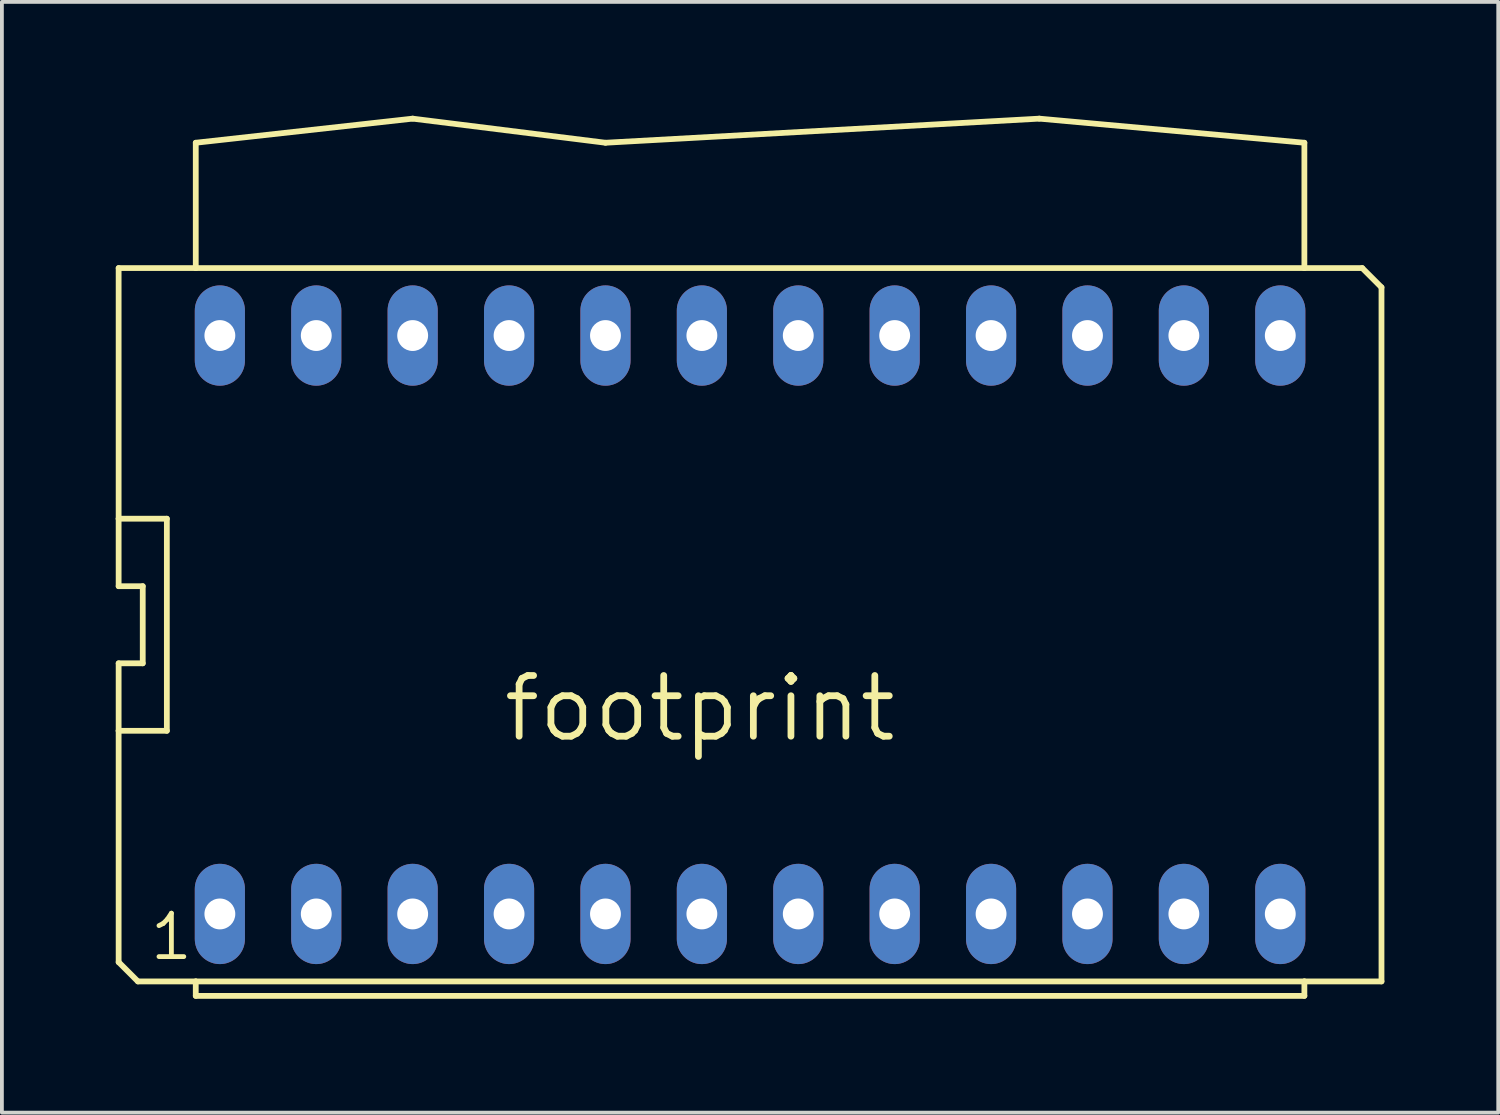
<source format=kicad_pcb>
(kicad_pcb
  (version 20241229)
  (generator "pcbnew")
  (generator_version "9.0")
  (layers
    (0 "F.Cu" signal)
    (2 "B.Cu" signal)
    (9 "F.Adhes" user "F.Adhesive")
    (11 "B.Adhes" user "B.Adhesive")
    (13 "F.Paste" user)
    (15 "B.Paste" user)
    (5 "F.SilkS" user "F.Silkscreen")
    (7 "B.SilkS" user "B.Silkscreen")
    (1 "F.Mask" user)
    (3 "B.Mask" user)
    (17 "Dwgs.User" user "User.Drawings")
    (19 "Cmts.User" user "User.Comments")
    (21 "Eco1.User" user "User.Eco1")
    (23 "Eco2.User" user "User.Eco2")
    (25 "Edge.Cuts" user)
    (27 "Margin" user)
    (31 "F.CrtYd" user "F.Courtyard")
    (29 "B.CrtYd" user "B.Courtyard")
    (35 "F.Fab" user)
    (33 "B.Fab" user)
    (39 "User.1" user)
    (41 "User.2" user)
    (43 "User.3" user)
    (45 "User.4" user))
  (footprint "footprint"
    (layer "F.Cu")
    (at 16.713 13.411)
    (property "Reference" "footprint" (at 3.937 1.27 0) (layer "F.SilkS") (effects (font (size 1.6 1.6) (thickness 0.178)) (justify right top)))
    (fp_line (start -16.637 -2.794) (end -16.637 -9.398) (stroke (width 0.152) (type solid)) (layer "F.SilkS"))
    (fp_line (start -16.637 -1.016) (end -16.637 -2.794) (stroke (width 0.152) (type solid)) (layer "F.SilkS"))
    (fp_line (start -16.637 1.016) (end -16.002 1.016) (stroke (width 0.152) (type solid)) (layer "F.SilkS"))
    (fp_line (start -16.637 2.794) (end -16.637 1.016) (stroke (width 0.152) (type solid)) (layer "F.SilkS"))
    (fp_line (start -16.637 2.794) (end -15.367 2.794) (stroke (width 0.152) (type solid)) (layer "F.SilkS"))
    (fp_line (start -16.637 8.89) (end -16.637 2.794) (stroke (width 0.152) (type solid)) (layer "F.SilkS"))
    (fp_line (start -16.129 9.398) (end -16.637 8.89) (stroke (width 0.152) (type solid)) (layer "F.SilkS"))
    (fp_line (start -16.129 9.398) (end -14.605 9.398) (stroke (width 0.152) (type solid)) (layer "F.SilkS"))
    (fp_line (start -16.002 -1.016) (end -16.637 -1.016) (stroke (width 0.152) (type solid)) (layer "F.SilkS"))
    (fp_line (start -16.002 -1.016) (end -16.002 1.016) (stroke (width 0.152) (type solid)) (layer "F.SilkS"))
    (fp_line (start -15.367 -2.794) (end -16.637 -2.794) (stroke (width 0.152) (type solid)) (layer "F.SilkS"))
    (fp_line (start -15.367 -2.794) (end -15.367 2.794) (stroke (width 0.152) (type solid)) (layer "F.SilkS"))
    (fp_line (start -14.605 -12.7) (end -14.605 -9.398) (stroke (width 0.152) (type solid)) (layer "F.SilkS"))
    (fp_line (start -14.605 -12.7) (end -8.89 -13.335) (stroke (width 0.152) (type solid)) (layer "F.SilkS"))
    (fp_line (start -14.605 -9.398) (end -16.637 -9.398) (stroke (width 0.152) (type solid)) (layer "F.SilkS"))
    (fp_line (start -14.605 9.398) (end 14.605 9.398) (stroke (width 0.152) (type solid)) (layer "F.SilkS"))
    (fp_line (start -14.605 9.779) (end -14.605 9.398) (stroke (width 0.152) (type solid)) (layer "F.SilkS"))
    (fp_line (start -14.605 9.779) (end 14.605 9.779) (stroke (width 0.152) (type solid)) (layer "F.SilkS"))
    (fp_line (start -8.89 -13.335) (end -3.81 -12.7) (stroke (width 0.152) (type solid)) (layer "F.SilkS"))
    (fp_line (start -3.81 -12.7) (end 7.62 -13.335) (stroke (width 0.152) (type solid)) (layer "F.SilkS"))
    (fp_line (start 7.62 -13.335) (end 14.605 -12.7) (stroke (width 0.152) (type solid)) (layer "F.SilkS"))
    (fp_line (start 14.605 -12.7) (end 14.605 -9.398) (stroke (width 0.152) (type solid)) (layer "F.SilkS"))
    (fp_line (start 14.605 -9.398) (end -14.605 -9.398) (stroke (width 0.152) (type solid)) (layer "F.SilkS"))
    (fp_line (start 14.605 9.398) (end 14.605 9.779) (stroke (width 0.152) (type solid)) (layer "F.SilkS"))
    (fp_line (start 14.605 9.398) (end 16.637 9.398) (stroke (width 0.152) (type solid)) (layer "F.SilkS"))
    (fp_line (start 16.129 -9.398) (end 14.605 -9.398) (stroke (width 0.152) (type solid)) (layer "F.SilkS"))
    (fp_line (start 16.637 -8.89) (end 16.129 -9.398) (stroke (width 0.152) (type solid)) (layer "F.SilkS"))
    (fp_line (start 16.637 9.398) (end 16.637 -8.89) (stroke (width 0.152) (type solid)) (layer "F.SilkS"))
    (fp_text user "1" (at -15.875 8.89 0) (layer "F.SilkS") (effects (font (size 1.143 1.143) (thickness 0.127)) (justify left bottom)))
    (pad "1" thru_hole oval (at -13.97 7.62 90) (size 2.642 1.321) (drill 0.813) (layers "*.Cu" "*.Mask"))
    (pad "2" thru_hole oval (at -11.43 7.62 90) (size 2.642 1.321) (drill 0.813) (layers "*.Cu" "*.Mask"))
    (pad "3" thru_hole oval (at -8.89 7.62 90) (size 2.642 1.321) (drill 0.813) (layers "*.Cu" "*.Mask"))
    (pad "4" thru_hole oval (at -6.35 7.62 90) (size 2.642 1.321) (drill 0.813) (layers "*.Cu" "*.Mask"))
    (pad "5" thru_hole oval (at -3.81 7.62 90) (size 2.642 1.321) (drill 0.813) (layers "*.Cu" "*.Mask"))
    (pad "6" thru_hole oval (at -1.27 7.62 90) (size 2.642 1.321) (drill 0.813) (layers "*.Cu" "*.Mask"))
    (pad "7" thru_hole oval (at 1.27 7.62 90) (size 2.642 1.321) (drill 0.813) (layers "*.Cu" "*.Mask"))
    (pad "8" thru_hole oval (at 3.81 7.62 90) (size 2.642 1.321) (drill 0.813) (layers "*.Cu" "*.Mask"))
    (pad "9" thru_hole oval (at 6.35 7.62 90) (size 2.642 1.321) (drill 0.813) (layers "*.Cu" "*.Mask"))
    (pad "10" thru_hole oval (at 8.89 7.62 90) (size 2.642 1.321) (drill 0.813) (layers "*.Cu" "*.Mask"))
    (pad "11" thru_hole oval (at 11.43 7.62 90) (size 2.642 1.321) (drill 0.813) (layers "*.Cu" "*.Mask"))
    (pad "12" thru_hole oval (at 13.97 7.62 90) (size 2.642 1.321) (drill 0.813) (layers "*.Cu" "*.Mask"))
    (pad "13" thru_hole oval (at 13.97 -7.62 90) (size 2.642 1.321) (drill 0.813) (layers "*.Cu" "*.Mask"))
    (pad "14" thru_hole oval (at 11.43 -7.62 90) (size 2.642 1.321) (drill 0.813) (layers "*.Cu" "*.Mask"))
    (pad "15" thru_hole oval (at 8.89 -7.62 90) (size 2.642 1.321) (drill 0.813) (layers "*.Cu" "*.Mask"))
    (pad "16" thru_hole oval (at 6.35 -7.62 90) (size 2.642 1.321) (drill 0.813) (layers "*.Cu" "*.Mask"))
    (pad "17" thru_hole oval (at 3.81 -7.62 90) (size 2.642 1.321) (drill 0.813) (layers "*.Cu" "*.Mask"))
    (pad "18" thru_hole oval (at 1.27 -7.62 90) (size 2.642 1.321) (drill 0.813) (layers "*.Cu" "*.Mask"))
    (pad "19" thru_hole oval (at -1.27 -7.62 90) (size 2.642 1.321) (drill 0.813) (layers "*.Cu" "*.Mask"))
    (pad "20" thru_hole oval (at -3.81 -7.62 90) (size 2.642 1.321) (drill 0.813) (layers "*.Cu" "*.Mask"))
    (pad "21" thru_hole oval (at -6.35 -7.62 90) (size 2.642 1.321) (drill 0.813) (layers "*.Cu" "*.Mask"))
    (pad "22" thru_hole oval (at -8.89 -7.62 90) (size 2.642 1.321) (drill 0.813) (layers "*.Cu" "*.Mask"))
    (pad "23" thru_hole oval (at -11.43 -7.62 90) (size 2.642 1.321) (drill 0.813) (layers "*.Cu" "*.Mask"))
    (pad "24" thru_hole oval (at -13.97 -7.62 90) (size 2.642 1.321) (drill 0.813) (layers "*.Cu" "*.Mask")))
  (gr_rect
    (start -3 -3)
    (end 36.426 26.266)
    (stroke (width 0.1) (type default))
    (fill no)
    (layer "Edge.Cuts")))
</source>
